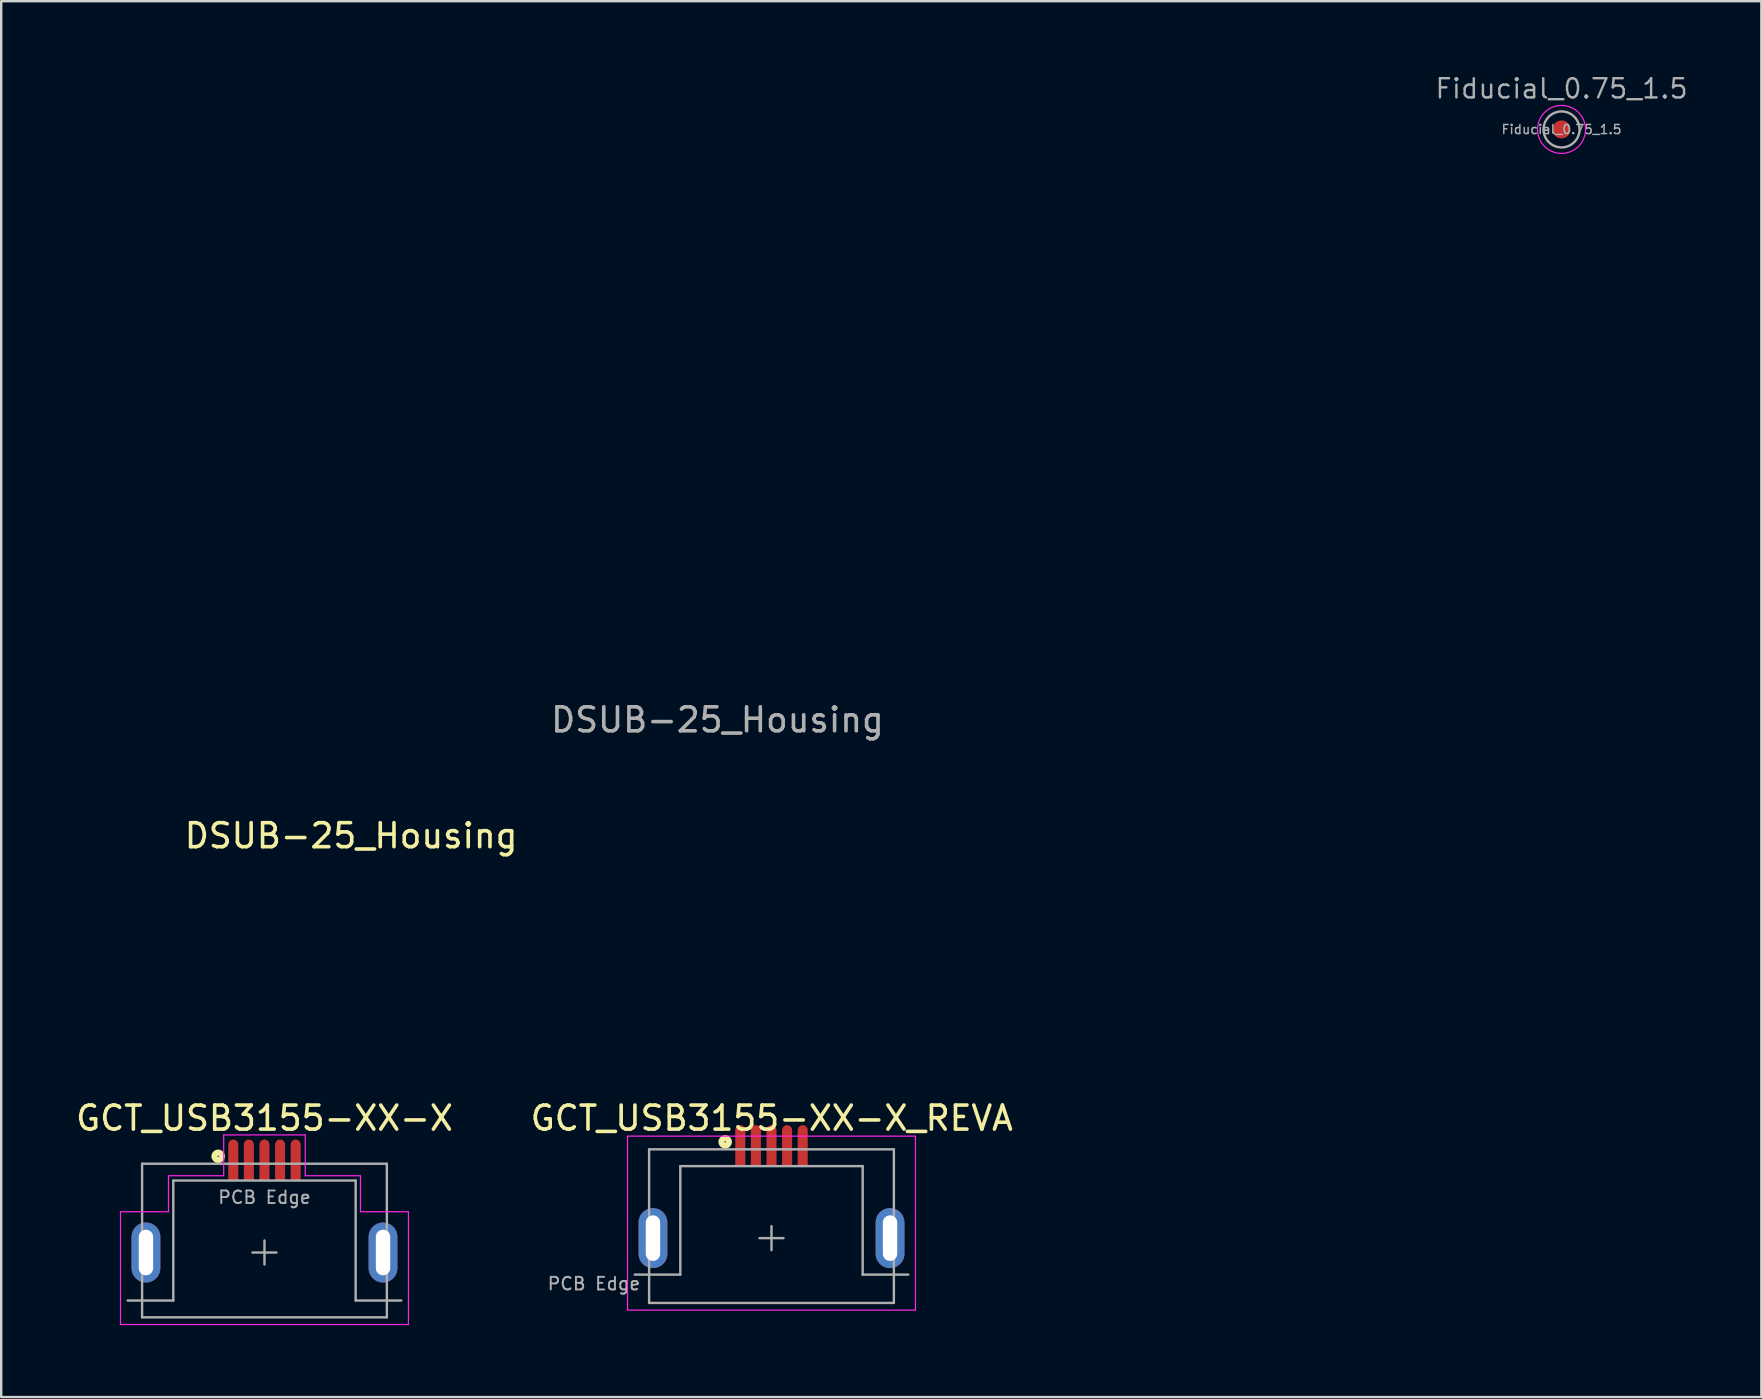
<source format=kicad_pcb>
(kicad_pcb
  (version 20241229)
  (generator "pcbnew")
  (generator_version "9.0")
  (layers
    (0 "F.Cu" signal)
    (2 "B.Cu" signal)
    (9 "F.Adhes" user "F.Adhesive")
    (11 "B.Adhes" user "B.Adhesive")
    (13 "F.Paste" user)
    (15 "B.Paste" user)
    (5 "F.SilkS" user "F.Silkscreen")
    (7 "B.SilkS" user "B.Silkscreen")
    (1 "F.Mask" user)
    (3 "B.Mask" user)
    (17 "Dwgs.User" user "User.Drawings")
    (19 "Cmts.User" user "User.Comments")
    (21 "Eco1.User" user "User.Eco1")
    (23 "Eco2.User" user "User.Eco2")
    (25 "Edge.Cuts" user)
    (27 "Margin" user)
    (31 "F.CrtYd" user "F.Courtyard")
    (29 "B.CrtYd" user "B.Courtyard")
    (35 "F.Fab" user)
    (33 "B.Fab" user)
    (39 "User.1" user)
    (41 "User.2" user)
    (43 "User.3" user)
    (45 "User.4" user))
  (footprint "Fiducial_0.75_1.5"
    (layer "F.Cu")
    (at 62.027 2.344)
    (property "Reference" "Fiducial_0.75_1.5" (at 0 -1.7 0) (layer "F.Fab") (effects (font (size 0.8 0.8) (thickness 0.1))))
    (attr smd board_only exclude_from_bom)
    (fp_circle (center 0 0) (end 1 0) (stroke (width 0.05) (type solid)) (fill no) (layer "F.CrtYd"))
    (fp_circle (center 0 0) (end 0.75 0) (stroke (width 0.1) (type solid)) (fill no) (layer "F.Fab"))
    (fp_text user "${REFERENCE}" (at 0 0 0) (layer "F.Fab") (effects (font (size 0.38 0.38) (thickness 0.06))))
    (pad "" smd circle (at 0 0) (size 0.75 0.75) (layers "F.Cu" "F.Mask")))
  (footprint "DSUB-25_Housing"
    (layer "F.Cu")
    (at 26.85 32.25)
    (property "Reference" "DSUB-25_Housing" (at -15.267 -0.469 0) (layer "F.SilkS") (effects (font (size 1 1) (thickness 0.15))))
    (attr exclude_from_pos_files allow_missing_courtyard)
    (fp_line (start -26.8 -0.2) (end -20.8 -0.2) (stroke (width 0.1) (type solid)) (layer "Eco1.User"))
    (fp_line (start -26.8 7.4) (end -26.8 -0.2) (stroke (width 0.1) (type solid)) (layer "Eco1.User"))
    (fp_line (start -25.85 1.5) (end -25.85 7.4) (stroke (width 0.1) (type solid)) (layer "Eco1.User"))
    (fp_line (start -20.8 -0.2) (end -20.8 -19.5) (stroke (width 0.1) (type solid)) (layer "Eco1.User"))
    (fp_line (start -19 -18.9) (end -19 1.5) (stroke (width 0.1) (type solid)) (layer "Eco1.User"))
    (fp_line (start -19 1.5) (end -25.85 1.5) (stroke (width 0.1) (type solid)) (layer "Eco1.User"))
    (fp_line (start -14 -32.2) (end -20.8 -19.5) (stroke (width 0.1) (type solid)) (layer "Eco1.User"))
    (fp_line (start -12.95 -30.1) (end -19 -18.9) (stroke (width 0.1) (type solid)) (layer "Eco1.User"))
    (fp_line (start 12.95 -30.1) (end -12.95 -30.1) (stroke (width 0.1) (type solid)) (layer "Eco1.User"))
    (fp_line (start 12.95 -30.1) (end 19 -18.9) (stroke (width 0.1) (type solid)) (layer "Eco1.User"))
    (fp_line (start 14 -32.2) (end -14 -32.2) (stroke (width 0.1) (type solid)) (layer "Eco1.User"))
    (fp_line (start 14 -32.2) (end 20.8 -19.5) (stroke (width 0.1) (type solid)) (layer "Eco1.User"))
    (fp_line (start 19 -18.9) (end 19 1.5) (stroke (width 0.1) (type solid)) (layer "Eco1.User"))
    (fp_line (start 19 1.5) (end 25.85 1.5) (stroke (width 0.1) (type solid)) (layer "Eco1.User"))
    (fp_line (start 20.8 -0.2) (end 20.8 -19.5) (stroke (width 0.1) (type solid)) (layer "Eco1.User"))
    (fp_line (start 25.85 1.5) (end 25.85 7.4) (stroke (width 0.1) (type solid)) (layer "Eco1.User"))
    (fp_line (start 26.8 -0.2) (end 20.8 -0.2) (stroke (width 0.1) (type solid)) (layer "Eco1.User"))
    (fp_line (start 26.8 7.4) (end -26.8 7.4) (stroke (width 0.1) (type solid)) (layer "Eco1.User"))
    (fp_line (start 26.8 7.4) (end 26.8 -0.2) (stroke (width 0.1) (type solid)) (layer "Eco1.User"))
    (fp_text user "${REFERENCE}" (at 0 -5.3 0) (layer "F.Fab") (effects (font (size 1 1) (thickness 0.15)))))
  (footprint "GCT_USB3155-XX-X"
    (layer "F.Cu")
    (at 7.972 49.149)
    (property "Reference" "GCT_USB3155-XX-X" (at 0 -5.6 180) (layer "F.SilkS") (effects (font (size 1.002 1.002) (thickness 0.15))))
    (attr through_hole)
    (fp_circle (center -1.93 -4.01) (end -1.902 -4.01) (stroke (width 0.254) (type solid)) (fill no) (layer "F.SilkS"))
    (fp_line (start -6 3) (end -6 -1.7) (stroke (width 0.05) (type solid)) (layer "F.CrtYd"))
    (fp_line (start -6 3) (end 6 3) (stroke (width 0.05) (type solid)) (layer "F.CrtYd"))
    (fp_line (start -4 -3.2) (end -4 -1.7) (stroke (width 0.05) (type default)) (layer "F.CrtYd"))
    (fp_line (start -4 -1.7) (end -6 -1.7) (stroke (width 0.05) (type default)) (layer "F.CrtYd"))
    (fp_line (start -1.7 -4.9) (end -1.7 -3.2) (stroke (width 0.05) (type default)) (layer "F.CrtYd"))
    (fp_line (start -1.7 -3.2) (end -4 -3.2) (stroke (width 0.05) (type default)) (layer "F.CrtYd"))
    (fp_line (start 1.7 -4.9) (end -1.7 -4.9) (stroke (width 0.05) (type default)) (layer "F.CrtYd"))
    (fp_line (start 1.7 -3.2) (end 1.7 -4.9) (stroke (width 0.05) (type default)) (layer "F.CrtYd"))
    (fp_line (start 4 -3.2) (end 1.7 -3.2) (stroke (width 0.05) (type default)) (layer "F.CrtYd"))
    (fp_line (start 4 -1.7) (end 4 -3.2) (stroke (width 0.05) (type default)) (layer "F.CrtYd"))
    (fp_line (start 6 -1.7) (end 4 -1.7) (stroke (width 0.05) (type default)) (layer "F.CrtYd"))
    (fp_line (start 6 3) (end 6 -1.7) (stroke (width 0.05) (type solid)) (layer "F.CrtYd"))
    (fp_line (start -5.7 2) (end -3.8 2) (stroke (width 0.1) (type solid)) (layer "F.Fab"))
    (fp_line (start -5.1 -3.7) (end 5.1 -3.7) (stroke (width 0.1) (type solid)) (layer "F.Fab"))
    (fp_line (start -5.1 2.7) (end -5.1 -3.7) (stroke (width 0.1) (type solid)) (layer "F.Fab"))
    (fp_line (start -5.1 2.7) (end 5.1 2.7) (stroke (width 0.1) (type solid)) (layer "F.Fab"))
    (fp_line (start -3.8 -3) (end 3.8 -3) (stroke (width 0.1) (type solid)) (layer "F.Fab"))
    (fp_line (start -3.8 2) (end -3.8 -3) (stroke (width 0.1) (type solid)) (layer "F.Fab"))
    (fp_line (start -0.5 0) (end 0.5 0) (stroke (width 0.1) (type solid)) (layer "F.Fab"))
    (fp_line (start 0 0.5) (end 0 -0.5) (stroke (width 0.1) (type solid)) (layer "F.Fab"))
    (fp_line (start 3.8 2) (end 3.8 -3) (stroke (width 0.1) (type solid)) (layer "F.Fab"))
    (fp_line (start 3.8 2) (end 5.7 2) (stroke (width 0.1) (type solid)) (layer "F.Fab"))
    (fp_line (start 5.1 2.7) (end 5.1 -3.7) (stroke (width 0.1) (type solid)) (layer "F.Fab"))
    (fp_text user "PCB Edge" (at 0 -2.3 0) (layer "F.Fab") (effects (font (size 0.525 0.525) (thickness 0.08))))
    (pad "1" smd custom (at -1.3 -3.75) (size 0.42 1.5) (layers "F.Cu" "F.Mask" "F.Paste") (options (anchor rect)) (primitives (gr_circle (center 0 -0.75) (end 0.2 -0.75) (width 0.02) (fill yes))))
    (pad "2" smd custom (at -0.65 -3.75) (size 0.42 1.5) (layers "F.Cu" "F.Mask" "F.Paste") (options (anchor rect)) (primitives (gr_circle (center 0 -0.75) (end 0.2 -0.75) (width 0.02) (fill yes))))
    (pad "3" smd custom (at 0 -3.75) (size 0.42 1.5) (layers "F.Cu" "F.Mask" "F.Paste") (options (anchor rect)) (primitives (gr_circle (center 0 -0.75) (end 0.2 -0.75) (width 0.02) (fill yes))))
    (pad "4" smd custom (at 0.65 -3.75) (size 0.42 1.5) (layers "F.Cu" "F.Mask" "F.Paste") (options (anchor rect)) (primitives (gr_circle (center 0 -0.75) (end 0.2 -0.75) (width 0.02) (fill yes))))
    (pad "5" smd custom (at 1.3 -3.75) (size 0.42 1.5) (layers "F.Cu" "F.Mask" "F.Paste") (options (anchor rect)) (primitives (gr_circle (center 0 -0.75) (end 0.2 -0.75) (width 0.02) (fill yes))))
    (pad "S" thru_hole oval (at -4.94 0) (size 1.2 2.5) (drill oval 0.6 1.9) (layers "*.Cu" "*.Mask"))
    (pad "S" thru_hole oval (at 4.94 0) (size 1.2 2.5) (drill oval 0.6 1.9) (layers "*.Cu" "*.Mask")))
  (footprint "GCT_USB3155-XX-X_REVA"
    (layer "F.Cu")
    (at 29.102 48.549)
    (property "Reference" "GCT_USB3155-XX-X_REVA" (at 0.01 -5 180) (layer "F.SilkS") (effects (font (size 1.002 1.002) (thickness 0.15))))
    (attr through_hole)
    (fp_circle (center -1.93 -4.01) (end -1.902 -4.01) (stroke (width 0.254) (type solid)) (fill no) (layer "F.SilkS"))
    (fp_line (start -6 -4.25) (end 6 -4.25) (stroke (width 0.05) (type solid)) (layer "F.CrtYd"))
    (fp_line (start -6 3) (end -6 -4.25) (stroke (width 0.05) (type solid)) (layer "F.CrtYd"))
    (fp_line (start -6 3) (end 6 3) (stroke (width 0.05) (type solid)) (layer "F.CrtYd"))
    (fp_line (start 6 3) (end 6 -4.25) (stroke (width 0.05) (type solid)) (layer "F.CrtYd"))
    (fp_line (start -5.7 1.52) (end -3.8 1.52) (stroke (width 0.1) (type solid)) (layer "F.Fab"))
    (fp_line (start -5.1 -3.7) (end 5.1 -3.7) (stroke (width 0.1) (type solid)) (layer "F.Fab"))
    (fp_line (start -5.1 2.7) (end -5.1 -3.7) (stroke (width 0.1) (type solid)) (layer "F.Fab"))
    (fp_line (start -5.1 2.7) (end 5.1 2.7) (stroke (width 0.1) (type solid)) (layer "F.Fab"))
    (fp_line (start -3.8 -3) (end 3.8 -3) (stroke (width 0.1) (type solid)) (layer "F.Fab"))
    (fp_line (start -3.8 1.52) (end -3.8 -3) (stroke (width 0.1) (type solid)) (layer "F.Fab"))
    (fp_line (start -0.5 0) (end 0.5 0) (stroke (width 0.1) (type solid)) (layer "F.Fab"))
    (fp_line (start 0 0.5) (end 0 -0.5) (stroke (width 0.1) (type solid)) (layer "F.Fab"))
    (fp_line (start 3.8 1.52) (end 3.8 -3) (stroke (width 0.1) (type solid)) (layer "F.Fab"))
    (fp_line (start 3.8 1.52) (end 5.7 1.52) (stroke (width 0.1) (type solid)) (layer "F.Fab"))
    (fp_line (start 5.1 2.7) (end 5.1 -3.7) (stroke (width 0.1) (type solid)) (layer "F.Fab"))
    (fp_text user "PCB Edge" (at -7.4 1.9 0) (layer "F.Fab") (effects (font (size 0.525 0.525) (thickness 0.08))))
    (pad "1" smd custom (at -1.3 -3.75) (size 0.42 1.5) (layers "F.Cu" "F.Mask" "F.Paste") (options (anchor rect)) (primitives (gr_circle (center 0 -0.75) (end 0.2 -0.75) (width 0.02) (fill yes))))
    (pad "2" smd custom (at -0.65 -3.75) (size 0.42 1.5) (layers "F.Cu" "F.Mask" "F.Paste") (options (anchor rect)) (primitives (gr_circle (center 0 -0.75) (end 0.2 -0.75) (width 0.02) (fill yes))))
    (pad "3" smd custom (at 0 -3.75) (size 0.42 1.5) (layers "F.Cu" "F.Mask" "F.Paste") (options (anchor rect)) (primitives (gr_circle (center 0 -0.75) (end 0.2 -0.75) (width 0.02) (fill yes))))
    (pad "4" smd custom (at 0.65 -3.75) (size 0.42 1.5) (layers "F.Cu" "F.Mask" "F.Paste") (options (anchor rect)) (primitives (gr_circle (center 0 -0.75) (end 0.2 -0.75) (width 0.02) (fill yes))))
    (pad "5" smd custom (at 1.3 -3.75) (size 0.42 1.5) (layers "F.Cu" "F.Mask" "F.Paste") (options (anchor rect)) (primitives (gr_circle (center 0 -0.75) (end 0.2 -0.75) (width 0.02) (fill yes))))
    (pad "S" thru_hole oval (at -4.94 0) (size 1.2 2.5) (drill oval 0.6 1.9) (layers "*.Cu" "*.Mask"))
    (pad "S" thru_hole oval (at 4.94 0) (size 1.2 2.5) (drill oval 0.6 1.9) (layers "*.Cu" "*.Mask")))
  (gr_rect
    (start -3 -3)
    (end 70.354 55.174)
    (stroke (width 0.1) (type default))
    (fill no)
    (layer "Edge.Cuts")))
</source>
